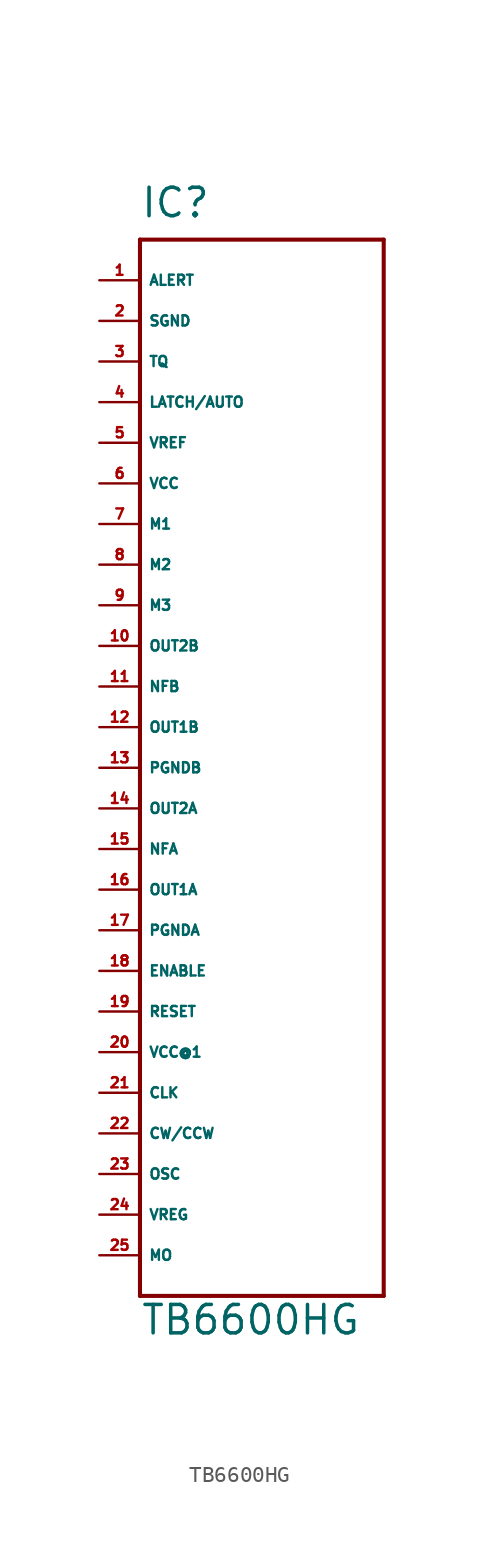
<source format=kicad_sym>
(kicad_symbol_lib
  (version 20220914)
  (generator Eagle2Kicad)
  (symbol "TB6600HG"
    (property "Reference" "IC"
      (at -7.62 34.29 0)
      (effects (font (size 1.778 1.778) (thickness 0.22)) (justify left bottom)))
    (property "Value" "TB6600HG"
      (at -7.62 -35.56 0)
      (effects (font (size 1.778 1.778) (thickness 0.22)) (justify left bottom)))
    (polyline
      (pts (xy -7.62 -33.02) (xy 7.62 -33.02))
      (stroke (width 0.254) (type default))
      (fill (type none)))
    (polyline
      (pts (xy 7.62 -33.02) (xy 7.62 33.02))
      (stroke (width 0.254) (type default))
      (fill (type none)))
    (polyline
      (pts (xy 7.62 33.02) (xy -7.62 33.02))
      (stroke (width 0.254) (type default))
      (fill (type none)))
    (polyline
      (pts (xy -7.62 33.02) (xy -7.62 -33.02))
      (stroke (width 0.254) (type default))
      (fill (type none)))
    (pin output line
      (at -10.16 30.48 0)
      (length 2.54)
      (name "ALERT" (effects (font (size 0.635 0.635) (thickness 0.08)) (justify left bottom)))
      (number "1" (effects (font (size 0.635 0.635) (thickness 0.08)) (justify left bottom))))
    (pin unspecified line
      (at -10.16 27.94 0)
      (length 2.54)
      (name "SGND" (effects (font (size 0.635 0.635) (thickness 0.08)) (justify left bottom)))
      (number "2" (effects (font (size 0.635 0.635) (thickness 0.08)) (justify left bottom))))
    (pin input line
      (at -10.16 25.4 0)
      (length 2.54)
      (name "TQ" (effects (font (size 0.635 0.635) (thickness 0.08)) (justify left bottom)))
      (number "3" (effects (font (size 0.635 0.635) (thickness 0.08)) (justify left bottom))))
    (pin input line
      (at -10.16 22.86 0)
      (length 2.54)
      (name "LATCH/AUTO" (effects (font (size 0.635 0.635) (thickness 0.08)) (justify left bottom)))
      (number "4" (effects (font (size 0.635 0.635) (thickness 0.08)) (justify left bottom))))
    (pin input line
      (at -10.16 20.32 0)
      (length 2.54)
      (name "VREF" (effects (font (size 0.635 0.635) (thickness 0.08)) (justify left bottom)))
      (number "5" (effects (font (size 0.635 0.635) (thickness 0.08)) (justify left bottom))))
    (pin unspecified line
      (at -10.16 17.78 0)
      (length 2.54)
      (name "VCC" (effects (font (size 0.635 0.635) (thickness 0.08)) (justify left bottom)))
      (number "6" (effects (font (size 0.635 0.635) (thickness 0.08)) (justify left bottom))))
    (pin input line
      (at -10.16 15.24 0)
      (length 2.54)
      (name "M1" (effects (font (size 0.635 0.635) (thickness 0.08)) (justify left bottom)))
      (number "7" (effects (font (size 0.635 0.635) (thickness 0.08)) (justify left bottom))))
    (pin input line
      (at -10.16 12.7 0)
      (length 2.54)
      (name "M2" (effects (font (size 0.635 0.635) (thickness 0.08)) (justify left bottom)))
      (number "8" (effects (font (size 0.635 0.635) (thickness 0.08)) (justify left bottom))))
    (pin input line
      (at -10.16 10.16 0)
      (length 2.54)
      (name "M3" (effects (font (size 0.635 0.635) (thickness 0.08)) (justify left bottom)))
      (number "9" (effects (font (size 0.635 0.635) (thickness 0.08)) (justify left bottom))))
    (pin output line
      (at -10.16 7.62 0)
      (length 2.54)
      (name "OUT2B" (effects (font (size 0.635 0.635) (thickness 0.08)) (justify left bottom)))
      (number "10" (effects (font (size 0.635 0.635) (thickness 0.08)) (justify left bottom))))
    (pin passive line
      (at -10.16 5.08 0)
      (length 2.54)
      (name "NFB" (effects (font (size 0.635 0.635) (thickness 0.08)) (justify left bottom)))
      (number "11" (effects (font (size 0.635 0.635) (thickness 0.08)) (justify left bottom))))
    (pin output line
      (at -10.16 2.54 0)
      (length 2.54)
      (name "OUT1B" (effects (font (size 0.635 0.635) (thickness 0.08)) (justify left bottom)))
      (number "12" (effects (font (size 0.635 0.635) (thickness 0.08)) (justify left bottom))))
    (pin unspecified line
      (at -10.16 0 0)
      (length 2.54)
      (name "PGNDB" (effects (font (size 0.635 0.635) (thickness 0.08)) (justify left bottom)))
      (number "13" (effects (font (size 0.635 0.635) (thickness 0.08)) (justify left bottom))))
    (pin output line
      (at -10.16 -2.54 0)
      (length 2.54)
      (name "OUT2A" (effects (font (size 0.635 0.635) (thickness 0.08)) (justify left bottom)))
      (number "14" (effects (font (size 0.635 0.635) (thickness 0.08)) (justify left bottom))))
    (pin passive line
      (at -10.16 -5.08 0)
      (length 2.54)
      (name "NFA" (effects (font (size 0.635 0.635) (thickness 0.08)) (justify left bottom)))
      (number "15" (effects (font (size 0.635 0.635) (thickness 0.08)) (justify left bottom))))
    (pin output line
      (at -10.16 -7.62 0)
      (length 2.54)
      (name "OUT1A" (effects (font (size 0.635 0.635) (thickness 0.08)) (justify left bottom)))
      (number "16" (effects (font (size 0.635 0.635) (thickness 0.08)) (justify left bottom))))
    (pin unspecified line
      (at -10.16 -10.16 0)
      (length 2.54)
      (name "PGNDA" (effects (font (size 0.635 0.635) (thickness 0.08)) (justify left bottom)))
      (number "17" (effects (font (size 0.635 0.635) (thickness 0.08)) (justify left bottom))))
    (pin input line
      (at -10.16 -12.7 0)
      (length 2.54)
      (name "ENABLE" (effects (font (size 0.635 0.635) (thickness 0.08)) (justify left bottom)))
      (number "18" (effects (font (size 0.635 0.635) (thickness 0.08)) (justify left bottom))))
    (pin input line
      (at -10.16 -15.24 0)
      (length 2.54)
      (name "RESET" (effects (font (size 0.635 0.635) (thickness 0.08)) (justify left bottom)))
      (number "19" (effects (font (size 0.635 0.635) (thickness 0.08)) (justify left bottom))))
    (pin input line
      (at -10.16 -17.78 0)
      (length 2.54)
      (name "VCC@1" (effects (font (size 0.635 0.635) (thickness 0.08)) (justify left bottom)))
      (number "20" (effects (font (size 0.635 0.635) (thickness 0.08)) (justify left bottom))))
    (pin input line
      (at -10.16 -20.32 0)
      (length 2.54)
      (name "CLK" (effects (font (size 0.635 0.635) (thickness 0.08)) (justify left bottom)))
      (number "21" (effects (font (size 0.635 0.635) (thickness 0.08)) (justify left bottom))))
    (pin input line
      (at -10.16 -22.86 0)
      (length 2.54)
      (name "CW/CCW" (effects (font (size 0.635 0.635) (thickness 0.08)) (justify left bottom)))
      (number "22" (effects (font (size 0.635 0.635) (thickness 0.08)) (justify left bottom))))
    (pin passive line
      (at -10.16 -25.4 0)
      (length 2.54)
      (name "OSC" (effects (font (size 0.635 0.635) (thickness 0.08)) (justify left bottom)))
      (number "23" (effects (font (size 0.635 0.635) (thickness 0.08)) (justify left bottom))))
    (pin output line
      (at -10.16 -27.94 0)
      (length 2.54)
      (name "VREG" (effects (font (size 0.635 0.635) (thickness 0.08)) (justify left bottom)))
      (number "24" (effects (font (size 0.635 0.635) (thickness 0.08)) (justify left bottom))))
    (pin output line
      (at -10.16 -30.48 0)
      (length 2.54)
      (name "MO" (effects (font (size 0.635 0.635) (thickness 0.08)) (justify left bottom)))
      (number "25" (effects (font (size 0.635 0.635) (thickness 0.08)) (justify left bottom))))))
</source>
